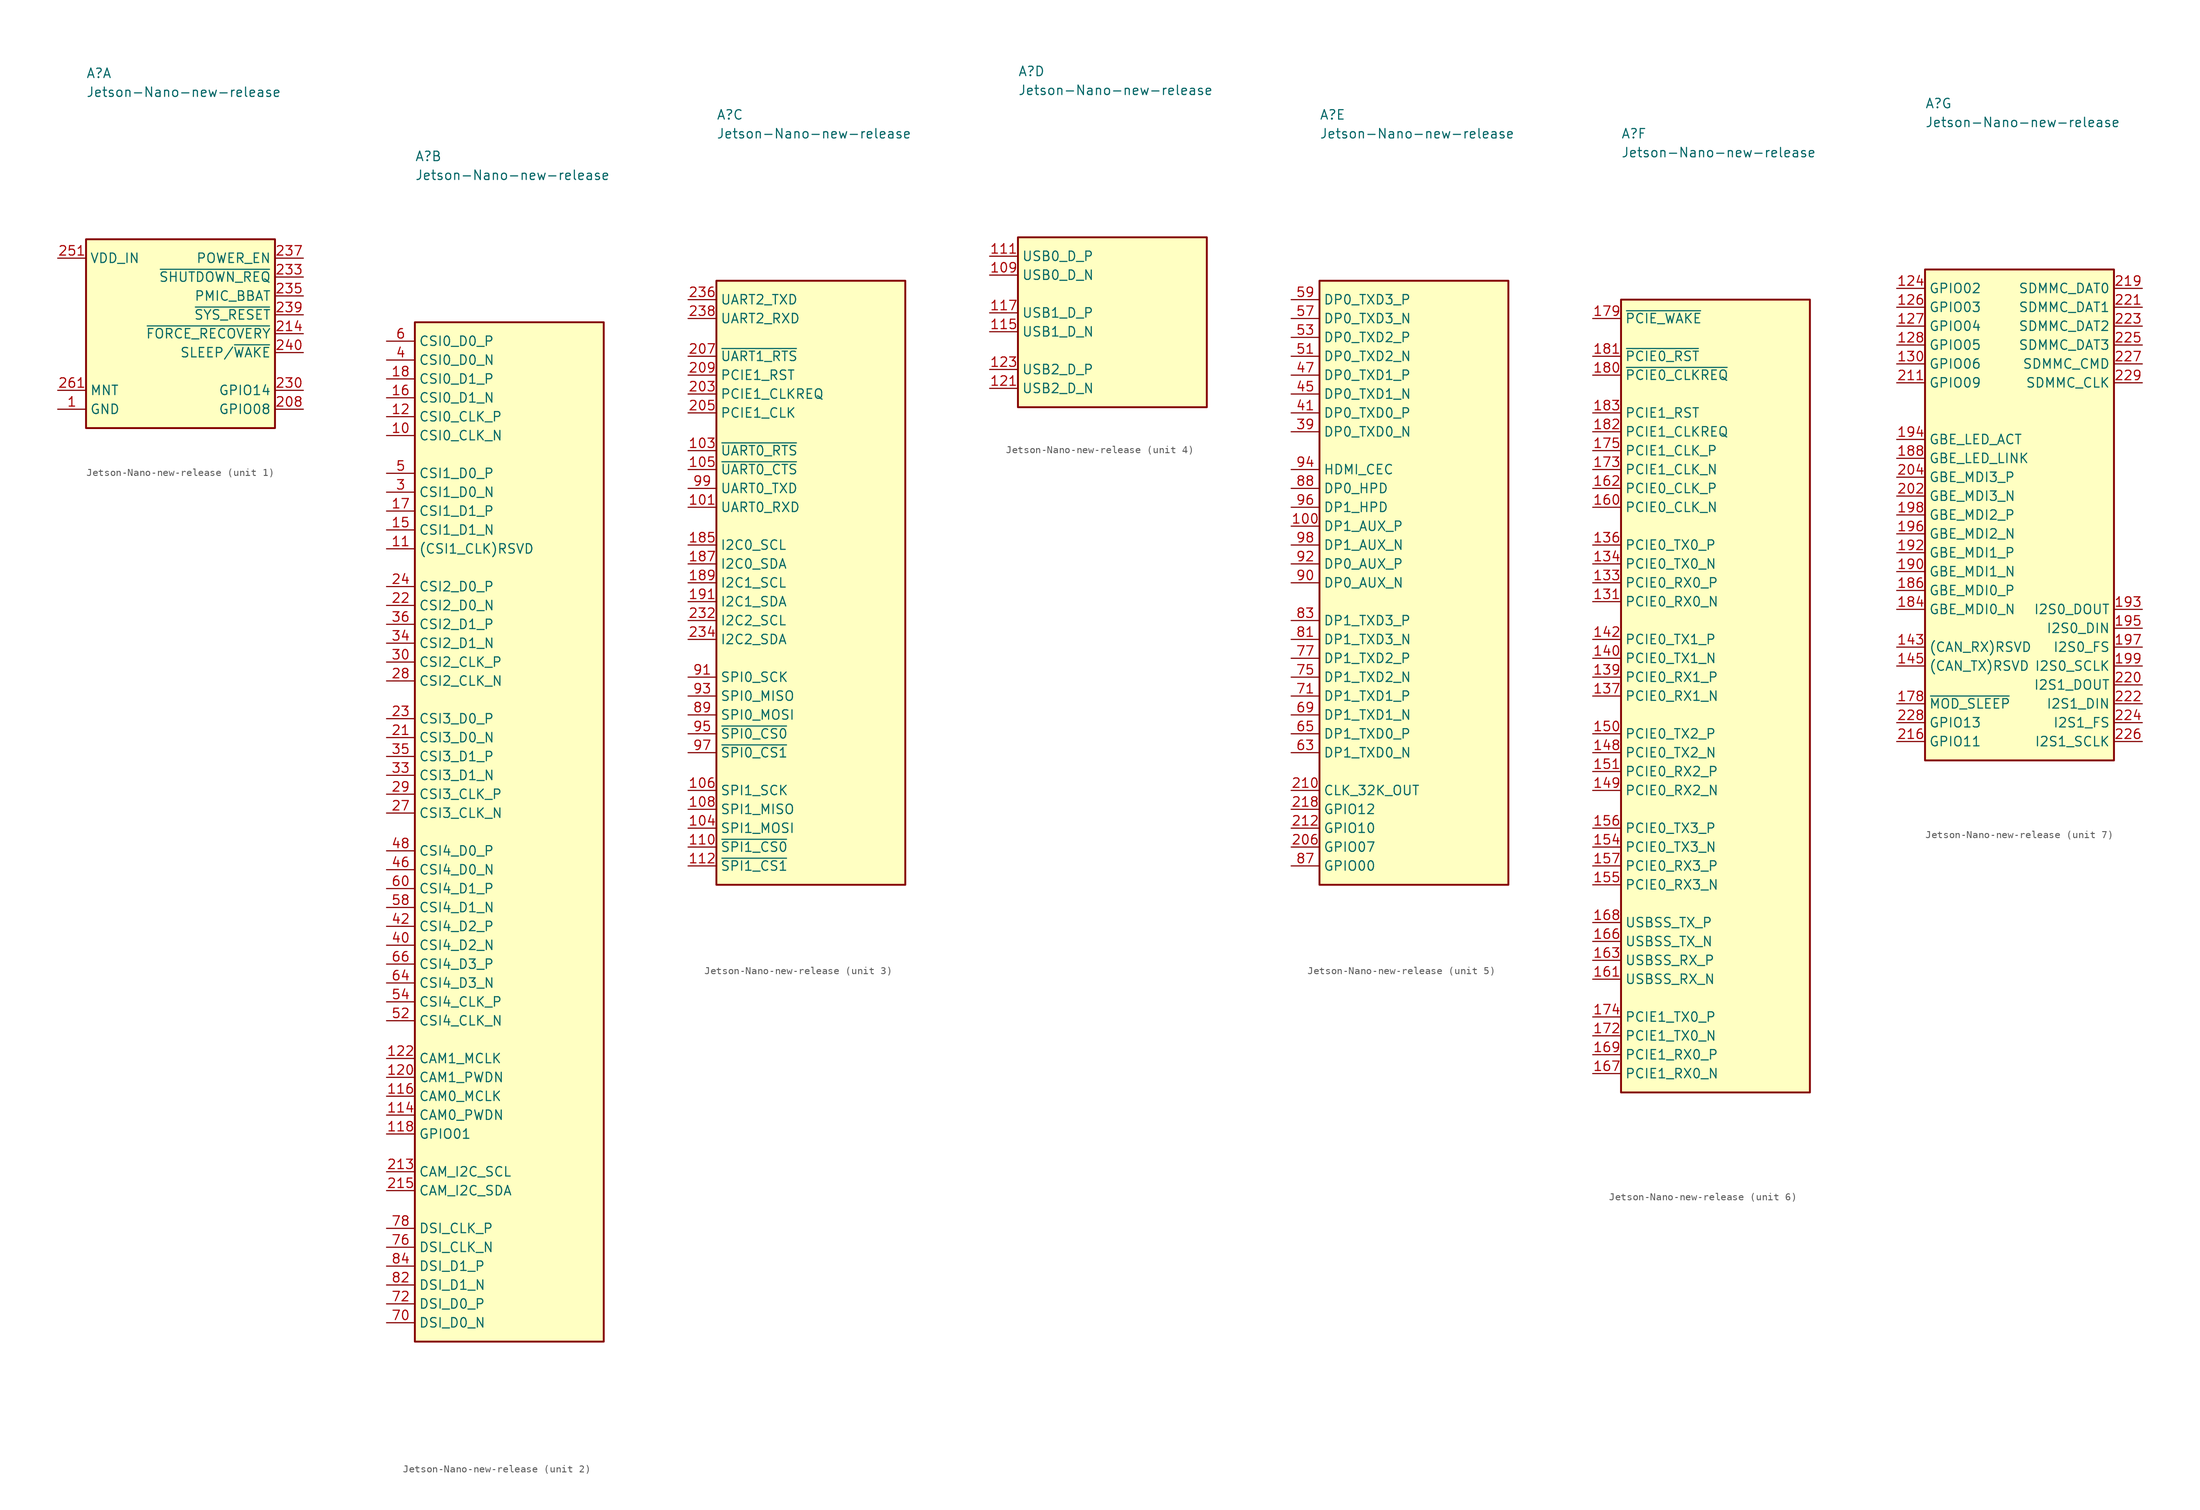
<source format=kicad_sym>
(kicad_symbol_lib
  (version 20211014)
  (generator kicad_symbol_editor)
  (symbol "Jetson-Nano-new-release"
    (property "Reference" "A"
      (at 3.81 24.13 0)
      (effects (font (size 1.27 1.27) (thickness 0.15)) (justify left bottom)))
    (property "Value" "Jetson-Nano-new-release"
      (at 3.81 21.59 0)
      (effects (font (size 1.27 1.27) (thickness 0.15)) (justify left bottom)))
    (property "ki_locked" ""
      (at 0 0 0)
      (effects (font (size 1.27 1.27))))
    (symbol "Jetson-Nano-new-release_1_1"
      (rectangle (start 3.81 2.54) (end 29.21 -22.86) (stroke (width 0.254) (type default) (color 0 0 0 0)) (fill (type background)))
      (pin passive line (at 0 -20.32 0) (length 3.81) (name "GND" (effects (font (size 1.27 1.27)))) (number "1" (effects (font (size 1.27 1.27)))))
      (pin passive line (at 0 -20.32 0) (length 3.81) hide (name "GND" (effects (font (size 1.27 1.27)))) (number "102" (effects (font (size 1.27 1.27)))))
      (pin passive line (at 0 -20.32 0) (length 3.81) hide (name "GND" (effects (font (size 1.27 1.27)))) (number "107" (effects (font (size 1.27 1.27)))))
      (pin passive line (at 0 -20.32 0) (length 3.81) hide (name "GND" (effects (font (size 1.27 1.27)))) (number "113" (effects (font (size 1.27 1.27)))))
      (pin passive line (at 0 -20.32 0) (length 3.81) hide (name "GND" (effects (font (size 1.27 1.27)))) (number "119" (effects (font (size 1.27 1.27)))))
      (pin passive line (at 0 -20.32 0) (length 3.81) hide (name "GND" (effects (font (size 1.27 1.27)))) (number "125" (effects (font (size 1.27 1.27)))))
      (pin passive line (at 0 -20.32 0) (length 3.81) hide (name "GND" (effects (font (size 1.27 1.27)))) (number "129" (effects (font (size 1.27 1.27)))))
      (pin passive line (at 0 -20.32 0) (length 3.81) hide (name "GND" (effects (font (size 1.27 1.27)))) (number "13" (effects (font (size 1.27 1.27)))))
      (pin passive line (at 0 -20.32 0) (length 3.81) hide (name "GND" (effects (font (size 1.27 1.27)))) (number "132" (effects (font (size 1.27 1.27)))))
      (pin passive line (at 0 -20.32 0) (length 3.81) hide (name "GND" (effects (font (size 1.27 1.27)))) (number "135" (effects (font (size 1.27 1.27)))))
      (pin passive line (at 0 -20.32 0) (length 3.81) hide (name "GND" (effects (font (size 1.27 1.27)))) (number "138" (effects (font (size 1.27 1.27)))))
      (pin passive line (at 0 -20.32 0) (length 3.81) hide (name "GND" (effects (font (size 1.27 1.27)))) (number "14" (effects (font (size 1.27 1.27)))))
      (pin passive line (at 0 -20.32 0) (length 3.81) hide (name "GND" (effects (font (size 1.27 1.27)))) (number "141" (effects (font (size 1.27 1.27)))))
      (pin passive line (at 0 -20.32 0) (length 3.81) hide (name "GND" (effects (font (size 1.27 1.27)))) (number "144" (effects (font (size 1.27 1.27)))))
      (pin passive line (at 0 -20.32 0) (length 3.81) hide (name "GND" (effects (font (size 1.27 1.27)))) (number "146" (effects (font (size 1.27 1.27)))))
      (pin passive line (at 0 -20.32 0) (length 3.81) hide (name "GND" (effects (font (size 1.27 1.27)))) (number "147" (effects (font (size 1.27 1.27)))))
      (pin passive line (at 0 -20.32 0) (length 3.81) hide (name "GND" (effects (font (size 1.27 1.27)))) (number "152" (effects (font (size 1.27 1.27)))))
      (pin passive line (at 0 -20.32 0) (length 3.81) hide (name "GND" (effects (font (size 1.27 1.27)))) (number "153" (effects (font (size 1.27 1.27)))))
      (pin passive line (at 0 -20.32 0) (length 3.81) hide (name "GND" (effects (font (size 1.27 1.27)))) (number "158" (effects (font (size 1.27 1.27)))))
      (pin passive line (at 0 -20.32 0) (length 3.81) hide (name "GND" (effects (font (size 1.27 1.27)))) (number "159" (effects (font (size 1.27 1.27)))))
      (pin passive line (at 0 -20.32 0) (length 3.81) hide (name "GND" (effects (font (size 1.27 1.27)))) (number "164" (effects (font (size 1.27 1.27)))))
      (pin passive line (at 0 -20.32 0) (length 3.81) hide (name "GND" (effects (font (size 1.27 1.27)))) (number "165" (effects (font (size 1.27 1.27)))))
      (pin passive line (at 0 -20.32 0) (length 3.81) hide (name "GND" (effects (font (size 1.27 1.27)))) (number "170" (effects (font (size 1.27 1.27)))))
      (pin passive line (at 0 -20.32 0) (length 3.81) hide (name "GND" (effects (font (size 1.27 1.27)))) (number "171" (effects (font (size 1.27 1.27)))))
      (pin passive line (at 0 -20.32 0) (length 3.81) hide (name "GND" (effects (font (size 1.27 1.27)))) (number "176" (effects (font (size 1.27 1.27)))))
      (pin passive line (at 0 -20.32 0) (length 3.81) hide (name "GND" (effects (font (size 1.27 1.27)))) (number "177" (effects (font (size 1.27 1.27)))))
      (pin passive line (at 0 -20.32 0) (length 3.81) hide (name "GND" (effects (font (size 1.27 1.27)))) (number "19" (effects (font (size 1.27 1.27)))))
      (pin passive line (at 0 -20.32 0) (length 3.81) hide (name "GND" (effects (font (size 1.27 1.27)))) (number "2" (effects (font (size 1.27 1.27)))))
      (pin passive line (at 0 -20.32 0) (length 3.81) hide (name "GND" (effects (font (size 1.27 1.27)))) (number "20" (effects (font (size 1.27 1.27)))))
      (pin passive line (at 0 -20.32 0) (length 3.81) hide (name "GND" (effects (font (size 1.27 1.27)))) (number "200" (effects (font (size 1.27 1.27)))))
      (pin passive line (at 0 -20.32 0) (length 3.81) hide (name "GND" (effects (font (size 1.27 1.27)))) (number "201" (effects (font (size 1.27 1.27)))))
      (pin passive line (at 33.02 -20.32 180) (length 3.81) (name "GPIO08" (effects (font (size 1.27 1.27)))) (number "208" (effects (font (size 1.27 1.27)))))
      (pin passive line (at 33.02 -10.16 180) (length 3.81) (name "~{FORCE_RECOVERY}" (effects (font (size 1.27 1.27)))) (number "214" (effects (font (size 1.27 1.27)))))
      (pin passive line (at 0 -20.32 0) (length 3.81) hide (name "GND" (effects (font (size 1.27 1.27)))) (number "217" (effects (font (size 1.27 1.27)))))
      (pin passive line (at 33.02 -17.78 180) (length 3.81) (name "GPIO14" (effects (font (size 1.27 1.27)))) (number "230" (effects (font (size 1.27 1.27)))))
      (pin passive line (at 0 -20.32 0) (length 3.81) hide (name "GND" (effects (font (size 1.27 1.27)))) (number "231" (effects (font (size 1.27 1.27)))))
      (pin passive line (at 33.02 -2.54 180) (length 3.81) (name "~{SHUTDOWN_REQ}" (effects (font (size 1.27 1.27)))) (number "233" (effects (font (size 1.27 1.27)))))
      (pin passive line (at 33.02 -5.08 180) (length 3.81) (name "PMIC_BBAT" (effects (font (size 1.27 1.27)))) (number "235" (effects (font (size 1.27 1.27)))))
      (pin passive line (at 33.02 0 180) (length 3.81) (name "POWER_EN" (effects (font (size 1.27 1.27)))) (number "237" (effects (font (size 1.27 1.27)))))
      (pin passive line (at 33.02 -7.62 180) (length 3.81) (name "~{SYS_RESET}" (effects (font (size 1.27 1.27)))) (number "239" (effects (font (size 1.27 1.27)))))
      (pin passive line (at 33.02 -12.7 180) (length 3.81) (name "SLEEP/~{WAKE}" (effects (font (size 1.27 1.27)))) (number "240" (effects (font (size 1.27 1.27)))))
      (pin passive line (at 0 -20.32 0) (length 3.81) hide (name "GND" (effects (font (size 1.27 1.27)))) (number "241" (effects (font (size 1.27 1.27)))))
      (pin passive line (at 0 -20.32 0) (length 3.81) hide (name "GND" (effects (font (size 1.27 1.27)))) (number "242" (effects (font (size 1.27 1.27)))))
      (pin passive line (at 0 -20.32 0) (length 3.81) hide (name "GND" (effects (font (size 1.27 1.27)))) (number "243" (effects (font (size 1.27 1.27)))))
      (pin passive line (at 0 -20.32 0) (length 3.81) hide (name "GND" (effects (font (size 1.27 1.27)))) (number "244" (effects (font (size 1.27 1.27)))))
      (pin passive line (at 0 -20.32 0) (length 3.81) hide (name "GND" (effects (font (size 1.27 1.27)))) (number "245" (effects (font (size 1.27 1.27)))))
      (pin passive line (at 0 -20.32 0) (length 3.81) hide (name "GND" (effects (font (size 1.27 1.27)))) (number "246" (effects (font (size 1.27 1.27)))))
      (pin passive line (at 0 -20.32 0) (length 3.81) hide (name "GND" (effects (font (size 1.27 1.27)))) (number "247" (effects (font (size 1.27 1.27)))))
      (pin passive line (at 0 -20.32 0) (length 3.81) hide (name "GND" (effects (font (size 1.27 1.27)))) (number "248" (effects (font (size 1.27 1.27)))))
      (pin passive line (at 0 -20.32 0) (length 3.81) hide (name "GND" (effects (font (size 1.27 1.27)))) (number "249" (effects (font (size 1.27 1.27)))))
      (pin passive line (at 0 -20.32 0) (length 3.81) hide (name "GND" (effects (font (size 1.27 1.27)))) (number "25" (effects (font (size 1.27 1.27)))))
      (pin passive line (at 0 -20.32 0) (length 3.81) hide (name "GND" (effects (font (size 1.27 1.27)))) (number "250" (effects (font (size 1.27 1.27)))))
      (pin passive line (at 0 0 0) (length 3.81) (name "VDD_IN" (effects (font (size 1.27 1.27)))) (number "251" (effects (font (size 1.27 1.27)))))
      (pin passive line (at 0 0 0) (length 3.81) hide (name "VDD_IN" (effects (font (size 1.27 1.27)))) (number "252" (effects (font (size 1.27 1.27)))))
      (pin passive line (at 0 0 0) (length 3.81) hide (name "VDD_IN" (effects (font (size 1.27 1.27)))) (number "253" (effects (font (size 1.27 1.27)))))
      (pin passive line (at 0 0 0) (length 3.81) hide (name "VDD_IN" (effects (font (size 1.27 1.27)))) (number "254" (effects (font (size 1.27 1.27)))))
      (pin passive line (at 0 0 0) (length 3.81) hide (name "VDD_IN" (effects (font (size 1.27 1.27)))) (number "255" (effects (font (size 1.27 1.27)))))
      (pin passive line (at 0 0 0) (length 3.81) hide (name "VDD_IN" (effects (font (size 1.27 1.27)))) (number "256" (effects (font (size 1.27 1.27)))))
      (pin passive line (at 0 0 0) (length 3.81) hide (name "VDD_IN" (effects (font (size 1.27 1.27)))) (number "257" (effects (font (size 1.27 1.27)))))
      (pin passive line (at 0 0 0) (length 3.81) hide (name "VDD_IN" (effects (font (size 1.27 1.27)))) (number "258" (effects (font (size 1.27 1.27)))))
      (pin passive line (at 0 0 0) (length 3.81) hide (name "VDD_IN" (effects (font (size 1.27 1.27)))) (number "259" (effects (font (size 1.27 1.27)))))
      (pin passive line (at 0 -20.32 0) (length 3.81) hide (name "GND" (effects (font (size 1.27 1.27)))) (number "26" (effects (font (size 1.27 1.27)))))
      (pin passive line (at 0 0 0) (length 3.81) hide (name "VDD_IN" (effects (font (size 1.27 1.27)))) (number "260" (effects (font (size 1.27 1.27)))))
      (pin passive line (at 0 -17.78 0) (length 3.81) (name "MNT" (effects (font (size 1.27 1.27)))) (number "261" (effects (font (size 1.27 1.27)))))
      (pin passive line (at 0 -17.78 0) (length 3.81) hide (name "MNT" (effects (font (size 1.27 1.27)))) (number "262" (effects (font (size 1.27 1.27)))))
      (pin passive line (at 0 -20.32 0) (length 3.81) hide (name "GND" (effects (font (size 1.27 1.27)))) (number "31" (effects (font (size 1.27 1.27)))))
      (pin passive line (at 0 -20.32 0) (length 3.81) hide (name "GND" (effects (font (size 1.27 1.27)))) (number "32" (effects (font (size 1.27 1.27)))))
      (pin passive line (at 0 -20.32 0) (length 3.81) hide (name "GND" (effects (font (size 1.27 1.27)))) (number "37" (effects (font (size 1.27 1.27)))))
      (pin passive line (at 0 -20.32 0) (length 3.81) hide (name "GND" (effects (font (size 1.27 1.27)))) (number "38" (effects (font (size 1.27 1.27)))))
      (pin passive line (at 0 -20.32 0) (length 3.81) hide (name "GND" (effects (font (size 1.27 1.27)))) (number "43" (effects (font (size 1.27 1.27)))))
      (pin passive line (at 0 -20.32 0) (length 3.81) hide (name "GND" (effects (font (size 1.27 1.27)))) (number "44" (effects (font (size 1.27 1.27)))))
      (pin passive line (at 0 -20.32 0) (length 3.81) hide (name "GND" (effects (font (size 1.27 1.27)))) (number "49" (effects (font (size 1.27 1.27)))))
      (pin passive line (at 0 -20.32 0) (length 3.81) hide (name "GND" (effects (font (size 1.27 1.27)))) (number "50" (effects (font (size 1.27 1.27)))))
      (pin passive line (at 0 -20.32 0) (length 3.81) hide (name "GND" (effects (font (size 1.27 1.27)))) (number "55" (effects (font (size 1.27 1.27)))))
      (pin passive line (at 0 -20.32 0) (length 3.81) hide (name "GND" (effects (font (size 1.27 1.27)))) (number "56" (effects (font (size 1.27 1.27)))))
      (pin passive line (at 0 -20.32 0) (length 3.81) hide (name "GND" (effects (font (size 1.27 1.27)))) (number "61" (effects (font (size 1.27 1.27)))))
      (pin passive line (at 0 -20.32 0) (length 3.81) hide (name "GND" (effects (font (size 1.27 1.27)))) (number "62" (effects (font (size 1.27 1.27)))))
      (pin passive line (at 0 -20.32 0) (length 3.81) hide (name "GND" (effects (font (size 1.27 1.27)))) (number "67" (effects (font (size 1.27 1.27)))))
      (pin passive line (at 0 -20.32 0) (length 3.81) hide (name "GND" (effects (font (size 1.27 1.27)))) (number "68" (effects (font (size 1.27 1.27)))))
      (pin passive line (at 0 -20.32 0) (length 3.81) hide (name "GND" (effects (font (size 1.27 1.27)))) (number "7" (effects (font (size 1.27 1.27)))))
      (pin passive line (at 0 -20.32 0) (length 3.81) hide (name "GND" (effects (font (size 1.27 1.27)))) (number "73" (effects (font (size 1.27 1.27)))))
      (pin passive line (at 0 -20.32 0) (length 3.81) hide (name "GND" (effects (font (size 1.27 1.27)))) (number "74" (effects (font (size 1.27 1.27)))))
      (pin passive line (at 0 -20.32 0) (length 3.81) hide (name "GND" (effects (font (size 1.27 1.27)))) (number "79" (effects (font (size 1.27 1.27)))))
      (pin passive line (at 0 -20.32 0) (length 3.81) hide (name "GND" (effects (font (size 1.27 1.27)))) (number "8" (effects (font (size 1.27 1.27)))))
      (pin passive line (at 0 -20.32 0) (length 3.81) hide (name "GND" (effects (font (size 1.27 1.27)))) (number "80" (effects (font (size 1.27 1.27)))))
      (pin passive line (at 0 -20.32 0) (length 3.81) hide (name "GND" (effects (font (size 1.27 1.27)))) (number "85" (effects (font (size 1.27 1.27)))))
      (pin passive line (at 0 -20.32 0) (length 3.81) hide (name "GND" (effects (font (size 1.27 1.27)))) (number "86" (effects (font (size 1.27 1.27))))))
    (symbol "Jetson-Nano-new-release_2_1"
      (rectangle (start 3.81 2.54) (end 29.21 -134.62) (stroke (width 0.254) (type default) (color 0 0 0 0)) (fill (type background)))
      (pin passive line (at 0 -12.7 0) (length 3.81) (name "CSI0_CLK_N" (effects (font (size 1.27 1.27)))) (number "10" (effects (font (size 1.27 1.27)))))
      (pin passive line (at 0 -27.94 0) (length 3.81) (name "(CSI1_CLK)RSVD" (effects (font (size 1.27 1.27)))) (number "11" (effects (font (size 1.27 1.27)))))
      (pin passive line (at 0 -104.14 0) (length 3.81) (name "CAM0_PWDN" (effects (font (size 1.27 1.27)))) (number "114" (effects (font (size 1.27 1.27)))))
      (pin passive line (at 0 -101.6 0) (length 3.81) (name "CAM0_MCLK" (effects (font (size 1.27 1.27)))) (number "116" (effects (font (size 1.27 1.27)))))
      (pin passive line (at 0 -106.68 0) (length 3.81) (name "GPIO01" (effects (font (size 1.27 1.27)))) (number "118" (effects (font (size 1.27 1.27)))))
      (pin passive line (at 0 -10.16 0) (length 3.81) (name "CSI0_CLK_P" (effects (font (size 1.27 1.27)))) (number "12" (effects (font (size 1.27 1.27)))))
      (pin passive line (at 0 -99.06 0) (length 3.81) (name "CAM1_PWDN" (effects (font (size 1.27 1.27)))) (number "120" (effects (font (size 1.27 1.27)))))
      (pin passive line (at 0 -96.52 0) (length 3.81) (name "CAM1_MCLK" (effects (font (size 1.27 1.27)))) (number "122" (effects (font (size 1.27 1.27)))))
      (pin passive line (at 0 -25.4 0) (length 3.81) (name "CSI1_D1_N" (effects (font (size 1.27 1.27)))) (number "15" (effects (font (size 1.27 1.27)))))
      (pin passive line (at 0 -7.62 0) (length 3.81) (name "CSI0_D1_N" (effects (font (size 1.27 1.27)))) (number "16" (effects (font (size 1.27 1.27)))))
      (pin passive line (at 0 -22.86 0) (length 3.81) (name "CSI1_D1_P" (effects (font (size 1.27 1.27)))) (number "17" (effects (font (size 1.27 1.27)))))
      (pin passive line (at 0 -5.08 0) (length 3.81) (name "CSI0_D1_P" (effects (font (size 1.27 1.27)))) (number "18" (effects (font (size 1.27 1.27)))))
      (pin passive line (at 0 -53.34 0) (length 3.81) (name "CSI3_D0_N" (effects (font (size 1.27 1.27)))) (number "21" (effects (font (size 1.27 1.27)))))
      (pin passive line (at 0 -111.76 0) (length 3.81) (name "CAM_I2C_SCL" (effects (font (size 1.27 1.27)))) (number "213" (effects (font (size 1.27 1.27)))))
      (pin passive line (at 0 -114.3 0) (length 3.81) (name "CAM_I2C_SDA" (effects (font (size 1.27 1.27)))) (number "215" (effects (font (size 1.27 1.27)))))
      (pin passive line (at 0 -35.56 0) (length 3.81) (name "CSI2_D0_N" (effects (font (size 1.27 1.27)))) (number "22" (effects (font (size 1.27 1.27)))))
      (pin passive line (at 0 -50.8 0) (length 3.81) (name "CSI3_D0_P" (effects (font (size 1.27 1.27)))) (number "23" (effects (font (size 1.27 1.27)))))
      (pin passive line (at 0 -33.02 0) (length 3.81) (name "CSI2_D0_P" (effects (font (size 1.27 1.27)))) (number "24" (effects (font (size 1.27 1.27)))))
      (pin passive line (at 0 -63.5 0) (length 3.81) (name "CSI3_CLK_N" (effects (font (size 1.27 1.27)))) (number "27" (effects (font (size 1.27 1.27)))))
      (pin passive line (at 0 -45.72 0) (length 3.81) (name "CSI2_CLK_N" (effects (font (size 1.27 1.27)))) (number "28" (effects (font (size 1.27 1.27)))))
      (pin passive line (at 0 -60.96 0) (length 3.81) (name "CSI3_CLK_P" (effects (font (size 1.27 1.27)))) (number "29" (effects (font (size 1.27 1.27)))))
      (pin passive line (at 0 -20.32 0) (length 3.81) (name "CSI1_D0_N" (effects (font (size 1.27 1.27)))) (number "3" (effects (font (size 1.27 1.27)))))
      (pin passive line (at 0 -43.18 0) (length 3.81) (name "CSI2_CLK_P" (effects (font (size 1.27 1.27)))) (number "30" (effects (font (size 1.27 1.27)))))
      (pin passive line (at 0 -58.42 0) (length 3.81) (name "CSI3_D1_N" (effects (font (size 1.27 1.27)))) (number "33" (effects (font (size 1.27 1.27)))))
      (pin passive line (at 0 -40.64 0) (length 3.81) (name "CSI2_D1_N" (effects (font (size 1.27 1.27)))) (number "34" (effects (font (size 1.27 1.27)))))
      (pin passive line (at 0 -55.88 0) (length 3.81) (name "CSI3_D1_P" (effects (font (size 1.27 1.27)))) (number "35" (effects (font (size 1.27 1.27)))))
      (pin passive line (at 0 -38.1 0) (length 3.81) (name "CSI2_D1_P" (effects (font (size 1.27 1.27)))) (number "36" (effects (font (size 1.27 1.27)))))
      (pin passive line (at 0 -2.54 0) (length 3.81) (name "CSI0_D0_N" (effects (font (size 1.27 1.27)))) (number "4" (effects (font (size 1.27 1.27)))))
      (pin passive line (at 0 -81.28 0) (length 3.81) (name "CSI4_D2_N" (effects (font (size 1.27 1.27)))) (number "40" (effects (font (size 1.27 1.27)))))
      (pin passive line (at 0 -78.74 0) (length 3.81) (name "CSI4_D2_P" (effects (font (size 1.27 1.27)))) (number "42" (effects (font (size 1.27 1.27)))))
      (pin passive line (at 0 -71.12 0) (length 3.81) (name "CSI4_D0_N" (effects (font (size 1.27 1.27)))) (number "46" (effects (font (size 1.27 1.27)))))
      (pin passive line (at 0 -68.58 0) (length 3.81) (name "CSI4_D0_P" (effects (font (size 1.27 1.27)))) (number "48" (effects (font (size 1.27 1.27)))))
      (pin passive line (at 0 -17.78 0) (length 3.81) (name "CSI1_D0_P" (effects (font (size 1.27 1.27)))) (number "5" (effects (font (size 1.27 1.27)))))
      (pin passive line (at 0 -91.44 0) (length 3.81) (name "CSI4_CLK_N" (effects (font (size 1.27 1.27)))) (number "52" (effects (font (size 1.27 1.27)))))
      (pin passive line (at 0 -88.9 0) (length 3.81) (name "CSI4_CLK_P" (effects (font (size 1.27 1.27)))) (number "54" (effects (font (size 1.27 1.27)))))
      (pin passive line (at 0 -76.2 0) (length 3.81) (name "CSI4_D1_N" (effects (font (size 1.27 1.27)))) (number "58" (effects (font (size 1.27 1.27)))))
      (pin passive line (at 0 0 0) (length 3.81) (name "CSI0_D0_P" (effects (font (size 1.27 1.27)))) (number "6" (effects (font (size 1.27 1.27)))))
      (pin passive line (at 0 -73.66 0) (length 3.81) (name "CSI4_D1_P" (effects (font (size 1.27 1.27)))) (number "60" (effects (font (size 1.27 1.27)))))
      (pin passive line (at 0 -86.36 0) (length 3.81) (name "CSI4_D3_N" (effects (font (size 1.27 1.27)))) (number "64" (effects (font (size 1.27 1.27)))))
      (pin passive line (at 0 -83.82 0) (length 3.81) (name "CSI4_D3_P" (effects (font (size 1.27 1.27)))) (number "66" (effects (font (size 1.27 1.27)))))
      (pin passive line (at 0 -132.08 0) (length 3.81) (name "DSI_D0_N" (effects (font (size 1.27 1.27)))) (number "70" (effects (font (size 1.27 1.27)))))
      (pin passive line (at 0 -129.54 0) (length 3.81) (name "DSI_D0_P" (effects (font (size 1.27 1.27)))) (number "72" (effects (font (size 1.27 1.27)))))
      (pin passive line (at 0 -121.92 0) (length 3.81) (name "DSI_CLK_N" (effects (font (size 1.27 1.27)))) (number "76" (effects (font (size 1.27 1.27)))))
      (pin passive line (at 0 -119.38 0) (length 3.81) (name "DSI_CLK_P" (effects (font (size 1.27 1.27)))) (number "78" (effects (font (size 1.27 1.27)))))
      (pin passive line (at 0 -127 0) (length 3.81) (name "DSI_D1_N" (effects (font (size 1.27 1.27)))) (number "82" (effects (font (size 1.27 1.27)))))
      (pin passive line (at 0 -124.46 0) (length 3.81) (name "DSI_D1_P" (effects (font (size 1.27 1.27)))) (number "84" (effects (font (size 1.27 1.27)))))
      (pin passive line (at 0 -27.94 0) (length 3.81) hide (name "(CSI1_CLK)RSVD" (effects (font (size 1.27 1.27)))) (number "9" (effects (font (size 1.27 1.27))))))
    (symbol "Jetson-Nano-new-release_3_1"
      (rectangle (start 3.81 2.54) (end 29.21 -78.74) (stroke (width 0.254) (type default) (color 0 0 0 0)) (fill (type background)))
      (pin passive line (at 0 -27.94 0) (length 3.81) (name "UART0_RXD" (effects (font (size 1.27 1.27)))) (number "101" (effects (font (size 1.27 1.27)))))
      (pin passive line (at 0 -20.32 0) (length 3.81) (name "~{UART0_RTS}" (effects (font (size 1.27 1.27)))) (number "103" (effects (font (size 1.27 1.27)))))
      (pin passive line (at 0 -71.12 0) (length 3.81) (name "SPI1_MOSI" (effects (font (size 1.27 1.27)))) (number "104" (effects (font (size 1.27 1.27)))))
      (pin passive line (at 0 -22.86 0) (length 3.81) (name "~{UART0_CTS}" (effects (font (size 1.27 1.27)))) (number "105" (effects (font (size 1.27 1.27)))))
      (pin passive line (at 0 -66.04 0) (length 3.81) (name "SPI1_SCK" (effects (font (size 1.27 1.27)))) (number "106" (effects (font (size 1.27 1.27)))))
      (pin passive line (at 0 -68.58 0) (length 3.81) (name "SPI1_MISO" (effects (font (size 1.27 1.27)))) (number "108" (effects (font (size 1.27 1.27)))))
      (pin passive line (at 0 -73.66 0) (length 3.81) (name "~{SPI1_CS0}" (effects (font (size 1.27 1.27)))) (number "110" (effects (font (size 1.27 1.27)))))
      (pin passive line (at 0 -76.2 0) (length 3.81) (name "~{SPI1_CS1}" (effects (font (size 1.27 1.27)))) (number "112" (effects (font (size 1.27 1.27)))))
      (pin passive line (at 0 -33.02 0) (length 3.81) (name "I2C0_SCL" (effects (font (size 1.27 1.27)))) (number "185" (effects (font (size 1.27 1.27)))))
      (pin passive line (at 0 -35.56 0) (length 3.81) (name "I2C0_SDA" (effects (font (size 1.27 1.27)))) (number "187" (effects (font (size 1.27 1.27)))))
      (pin passive line (at 0 -38.1 0) (length 3.81) (name "I2C1_SCL" (effects (font (size 1.27 1.27)))) (number "189" (effects (font (size 1.27 1.27)))))
      (pin passive line (at 0 -40.64 0) (length 3.81) (name "I2C1_SDA" (effects (font (size 1.27 1.27)))) (number "191" (effects (font (size 1.27 1.27)))))
      (pin passive line (at 0 -12.7 0) (length 3.81) (name "PCIE1_CLKREQ" (effects (font (size 1.27 1.27)))) (number "203" (effects (font (size 1.27 1.27)))))
      (pin passive line (at 0 -15.24 0) (length 3.81) (name "PCIE1_CLK" (effects (font (size 1.27 1.27)))) (number "205" (effects (font (size 1.27 1.27)))))
      (pin passive line (at 0 -7.62 0) (length 3.81) (name "~{UART1_RTS}" (effects (font (size 1.27 1.27)))) (number "207" (effects (font (size 1.27 1.27)))))
      (pin passive line (at 0 -10.16 0) (length 3.81) (name "PCIE1_RST" (effects (font (size 1.27 1.27)))) (number "209" (effects (font (size 1.27 1.27)))))
      (pin passive line (at 0 -43.18 0) (length 3.81) (name "I2C2_SCL" (effects (font (size 1.27 1.27)))) (number "232" (effects (font (size 1.27 1.27)))))
      (pin passive line (at 0 -45.72 0) (length 3.81) (name "I2C2_SDA" (effects (font (size 1.27 1.27)))) (number "234" (effects (font (size 1.27 1.27)))))
      (pin passive line (at 0 0 0) (length 3.81) (name "UART2_TXD" (effects (font (size 1.27 1.27)))) (number "236" (effects (font (size 1.27 1.27)))))
      (pin passive line (at 0 -2.54 0) (length 3.81) (name "UART2_RXD" (effects (font (size 1.27 1.27)))) (number "238" (effects (font (size 1.27 1.27)))))
      (pin passive line (at 0 -55.88 0) (length 3.81) (name "SPI0_MOSI" (effects (font (size 1.27 1.27)))) (number "89" (effects (font (size 1.27 1.27)))))
      (pin passive line (at 0 -50.8 0) (length 3.81) (name "SPI0_SCK" (effects (font (size 1.27 1.27)))) (number "91" (effects (font (size 1.27 1.27)))))
      (pin passive line (at 0 -53.34 0) (length 3.81) (name "SPI0_MISO" (effects (font (size 1.27 1.27)))) (number "93" (effects (font (size 1.27 1.27)))))
      (pin passive line (at 0 -58.42 0) (length 3.81) (name "~{SPI0_CS0}" (effects (font (size 1.27 1.27)))) (number "95" (effects (font (size 1.27 1.27)))))
      (pin passive line (at 0 -60.96 0) (length 3.81) (name "~{SPI0_CS1}" (effects (font (size 1.27 1.27)))) (number "97" (effects (font (size 1.27 1.27)))))
      (pin passive line (at 0 -25.4 0) (length 3.81) (name "UART0_TXD" (effects (font (size 1.27 1.27)))) (number "99" (effects (font (size 1.27 1.27))))))
    (symbol "Jetson-Nano-new-release_4_1"
      (rectangle (start 3.81 2.54) (end 29.21 -20.32) (stroke (width 0.254) (type default) (color 0 0 0 0)) (fill (type background)))
      (pin passive line (at 0 -2.54 0) (length 3.81) (name "USB0_D_N" (effects (font (size 1.27 1.27)))) (number "109" (effects (font (size 1.27 1.27)))))
      (pin passive line (at 0 0 0) (length 3.81) (name "USB0_D_P" (effects (font (size 1.27 1.27)))) (number "111" (effects (font (size 1.27 1.27)))))
      (pin passive line (at 0 -10.16 0) (length 3.81) (name "USB1_D_N" (effects (font (size 1.27 1.27)))) (number "115" (effects (font (size 1.27 1.27)))))
      (pin passive line (at 0 -7.62 0) (length 3.81) (name "USB1_D_P" (effects (font (size 1.27 1.27)))) (number "117" (effects (font (size 1.27 1.27)))))
      (pin passive line (at 0 -17.78 0) (length 3.81) (name "USB2_D_N" (effects (font (size 1.27 1.27)))) (number "121" (effects (font (size 1.27 1.27)))))
      (pin passive line (at 0 -15.24 0) (length 3.81) (name "USB2_D_P" (effects (font (size 1.27 1.27)))) (number "123" (effects (font (size 1.27 1.27))))))
    (symbol "Jetson-Nano-new-release_5_1"
      (rectangle (start 3.81 2.54) (end 29.21 -78.74) (stroke (width 0.254) (type default) (color 0 0 0 0)) (fill (type background)))
      (pin passive line (at 0 -30.48 0) (length 3.81) (name "DP1_AUX_P" (effects (font (size 1.27 1.27)))) (number "100" (effects (font (size 1.27 1.27)))))
      (pin passive line (at 0 -73.66 0) (length 3.81) (name "GPIO07" (effects (font (size 1.27 1.27)))) (number "206" (effects (font (size 1.27 1.27)))))
      (pin passive line (at 0 -66.04 0) (length 3.81) (name "CLK_32K_OUT" (effects (font (size 1.27 1.27)))) (number "210" (effects (font (size 1.27 1.27)))))
      (pin passive line (at 0 -71.12 0) (length 3.81) (name "GPIO10" (effects (font (size 1.27 1.27)))) (number "212" (effects (font (size 1.27 1.27)))))
      (pin passive line (at 0 -68.58 0) (length 3.81) (name "GPIO12" (effects (font (size 1.27 1.27)))) (number "218" (effects (font (size 1.27 1.27)))))
      (pin passive line (at 0 -17.78 0) (length 3.81) (name "DP0_TXD0_N" (effects (font (size 1.27 1.27)))) (number "39" (effects (font (size 1.27 1.27)))))
      (pin passive line (at 0 -15.24 0) (length 3.81) (name "DP0_TXD0_P" (effects (font (size 1.27 1.27)))) (number "41" (effects (font (size 1.27 1.27)))))
      (pin passive line (at 0 -12.7 0) (length 3.81) (name "DP0_TXD1_N" (effects (font (size 1.27 1.27)))) (number "45" (effects (font (size 1.27 1.27)))))
      (pin passive line (at 0 -10.16 0) (length 3.81) (name "DP0_TXD1_P" (effects (font (size 1.27 1.27)))) (number "47" (effects (font (size 1.27 1.27)))))
      (pin passive line (at 0 -7.62 0) (length 3.81) (name "DP0_TXD2_N" (effects (font (size 1.27 1.27)))) (number "51" (effects (font (size 1.27 1.27)))))
      (pin passive line (at 0 -5.08 0) (length 3.81) (name "DP0_TXD2_P" (effects (font (size 1.27 1.27)))) (number "53" (effects (font (size 1.27 1.27)))))
      (pin passive line (at 0 -2.54 0) (length 3.81) (name "DP0_TXD3_N" (effects (font (size 1.27 1.27)))) (number "57" (effects (font (size 1.27 1.27)))))
      (pin passive line (at 0 0 0) (length 3.81) (name "DP0_TXD3_P" (effects (font (size 1.27 1.27)))) (number "59" (effects (font (size 1.27 1.27)))))
      (pin passive line (at 0 -60.96 0) (length 3.81) (name "DP1_TXD0_N" (effects (font (size 1.27 1.27)))) (number "63" (effects (font (size 1.27 1.27)))))
      (pin passive line (at 0 -58.42 0) (length 3.81) (name "DP1_TXD0_P" (effects (font (size 1.27 1.27)))) (number "65" (effects (font (size 1.27 1.27)))))
      (pin passive line (at 0 -55.88 0) (length 3.81) (name "DP1_TXD1_N" (effects (font (size 1.27 1.27)))) (number "69" (effects (font (size 1.27 1.27)))))
      (pin passive line (at 0 -53.34 0) (length 3.81) (name "DP1_TXD1_P" (effects (font (size 1.27 1.27)))) (number "71" (effects (font (size 1.27 1.27)))))
      (pin passive line (at 0 -50.8 0) (length 3.81) (name "DP1_TXD2_N" (effects (font (size 1.27 1.27)))) (number "75" (effects (font (size 1.27 1.27)))))
      (pin passive line (at 0 -48.26 0) (length 3.81) (name "DP1_TXD2_P" (effects (font (size 1.27 1.27)))) (number "77" (effects (font (size 1.27 1.27)))))
      (pin passive line (at 0 -45.72 0) (length 3.81) (name "DP1_TXD3_N" (effects (font (size 1.27 1.27)))) (number "81" (effects (font (size 1.27 1.27)))))
      (pin passive line (at 0 -43.18 0) (length 3.81) (name "DP1_TXD3_P" (effects (font (size 1.27 1.27)))) (number "83" (effects (font (size 1.27 1.27)))))
      (pin passive line (at 0 -76.2 0) (length 3.81) (name "GPIO00" (effects (font (size 1.27 1.27)))) (number "87" (effects (font (size 1.27 1.27)))))
      (pin passive line (at 0 -25.4 0) (length 3.81) (name "DP0_HPD" (effects (font (size 1.27 1.27)))) (number "88" (effects (font (size 1.27 1.27)))))
      (pin passive line (at 0 -38.1 0) (length 3.81) (name "DP0_AUX_N" (effects (font (size 1.27 1.27)))) (number "90" (effects (font (size 1.27 1.27)))))
      (pin passive line (at 0 -35.56 0) (length 3.81) (name "DP0_AUX_P" (effects (font (size 1.27 1.27)))) (number "92" (effects (font (size 1.27 1.27)))))
      (pin passive line (at 0 -22.86 0) (length 3.81) (name "HDMI_CEC" (effects (font (size 1.27 1.27)))) (number "94" (effects (font (size 1.27 1.27)))))
      (pin passive line (at 0 -27.94 0) (length 3.81) (name "DP1_HPD" (effects (font (size 1.27 1.27)))) (number "96" (effects (font (size 1.27 1.27)))))
      (pin passive line (at 0 -33.02 0) (length 3.81) (name "DP1_AUX_N" (effects (font (size 1.27 1.27)))) (number "98" (effects (font (size 1.27 1.27))))))
    (symbol "Jetson-Nano-new-release_6_1"
      (rectangle (start 3.81 2.54) (end 29.21 -104.14) (stroke (width 0.254) (type default) (color 0 0 0 0)) (fill (type background)))
      (pin passive line (at 0 -38.1 0) (length 3.81) (name "PCIE0_RX0_N" (effects (font (size 1.27 1.27)))) (number "131" (effects (font (size 1.27 1.27)))))
      (pin passive line (at 0 -35.56 0) (length 3.81) (name "PCIE0_RX0_P" (effects (font (size 1.27 1.27)))) (number "133" (effects (font (size 1.27 1.27)))))
      (pin passive line (at 0 -33.02 0) (length 3.81) (name "PCIE0_TX0_N" (effects (font (size 1.27 1.27)))) (number "134" (effects (font (size 1.27 1.27)))))
      (pin passive line (at 0 -30.48 0) (length 3.81) (name "PCIE0_TX0_P" (effects (font (size 1.27 1.27)))) (number "136" (effects (font (size 1.27 1.27)))))
      (pin passive line (at 0 -50.8 0) (length 3.81) (name "PCIE0_RX1_N" (effects (font (size 1.27 1.27)))) (number "137" (effects (font (size 1.27 1.27)))))
      (pin passive line (at 0 -48.26 0) (length 3.81) (name "PCIE0_RX1_P" (effects (font (size 1.27 1.27)))) (number "139" (effects (font (size 1.27 1.27)))))
      (pin passive line (at 0 -45.72 0) (length 3.81) (name "PCIE0_TX1_N" (effects (font (size 1.27 1.27)))) (number "140" (effects (font (size 1.27 1.27)))))
      (pin passive line (at 0 -43.18 0) (length 3.81) (name "PCIE0_TX1_P" (effects (font (size 1.27 1.27)))) (number "142" (effects (font (size 1.27 1.27)))))
      (pin passive line (at 0 -58.42 0) (length 3.81) (name "PCIE0_TX2_N" (effects (font (size 1.27 1.27)))) (number "148" (effects (font (size 1.27 1.27)))))
      (pin passive line (at 0 -63.5 0) (length 3.81) (name "PCIE0_RX2_N" (effects (font (size 1.27 1.27)))) (number "149" (effects (font (size 1.27 1.27)))))
      (pin passive line (at 0 -55.88 0) (length 3.81) (name "PCIE0_TX2_P" (effects (font (size 1.27 1.27)))) (number "150" (effects (font (size 1.27 1.27)))))
      (pin passive line (at 0 -60.96 0) (length 3.81) (name "PCIE0_RX2_P" (effects (font (size 1.27 1.27)))) (number "151" (effects (font (size 1.27 1.27)))))
      (pin passive line (at 0 -71.12 0) (length 3.81) (name "PCIE0_TX3_N" (effects (font (size 1.27 1.27)))) (number "154" (effects (font (size 1.27 1.27)))))
      (pin passive line (at 0 -76.2 0) (length 3.81) (name "PCIE0_RX3_N" (effects (font (size 1.27 1.27)))) (number "155" (effects (font (size 1.27 1.27)))))
      (pin passive line (at 0 -68.58 0) (length 3.81) (name "PCIE0_TX3_P" (effects (font (size 1.27 1.27)))) (number "156" (effects (font (size 1.27 1.27)))))
      (pin passive line (at 0 -73.66 0) (length 3.81) (name "PCIE0_RX3_P" (effects (font (size 1.27 1.27)))) (number "157" (effects (font (size 1.27 1.27)))))
      (pin passive line (at 0 -25.4 0) (length 3.81) (name "PCIE0_CLK_N" (effects (font (size 1.27 1.27)))) (number "160" (effects (font (size 1.27 1.27)))))
      (pin passive line (at 0 -88.9 0) (length 3.81) (name "USBSS_RX_N" (effects (font (size 1.27 1.27)))) (number "161" (effects (font (size 1.27 1.27)))))
      (pin passive line (at 0 -22.86 0) (length 3.81) (name "PCIE0_CLK_P" (effects (font (size 1.27 1.27)))) (number "162" (effects (font (size 1.27 1.27)))))
      (pin passive line (at 0 -86.36 0) (length 3.81) (name "USBSS_RX_P" (effects (font (size 1.27 1.27)))) (number "163" (effects (font (size 1.27 1.27)))))
      (pin passive line (at 0 -83.82 0) (length 3.81) (name "USBSS_TX_N" (effects (font (size 1.27 1.27)))) (number "166" (effects (font (size 1.27 1.27)))))
      (pin passive line (at 0 -101.6 0) (length 3.81) (name "PCIE1_RX0_N" (effects (font (size 1.27 1.27)))) (number "167" (effects (font (size 1.27 1.27)))))
      (pin passive line (at 0 -81.28 0) (length 3.81) (name "USBSS_TX_P" (effects (font (size 1.27 1.27)))) (number "168" (effects (font (size 1.27 1.27)))))
      (pin passive line (at 0 -99.06 0) (length 3.81) (name "PCIE1_RX0_P" (effects (font (size 1.27 1.27)))) (number "169" (effects (font (size 1.27 1.27)))))
      (pin passive line (at 0 -96.52 0) (length 3.81) (name "PCIE1_TX0_N" (effects (font (size 1.27 1.27)))) (number "172" (effects (font (size 1.27 1.27)))))
      (pin passive line (at 0 -20.32 0) (length 3.81) (name "PCIE1_CLK_N" (effects (font (size 1.27 1.27)))) (number "173" (effects (font (size 1.27 1.27)))))
      (pin passive line (at 0 -93.98 0) (length 3.81) (name "PCIE1_TX0_P" (effects (font (size 1.27 1.27)))) (number "174" (effects (font (size 1.27 1.27)))))
      (pin passive line (at 0 -17.78 0) (length 3.81) (name "PCIE1_CLK_P" (effects (font (size 1.27 1.27)))) (number "175" (effects (font (size 1.27 1.27)))))
      (pin passive line (at 0 0 0) (length 3.81) (name "~{PCIE_WAKE}" (effects (font (size 1.27 1.27)))) (number "179" (effects (font (size 1.27 1.27)))))
      (pin passive line (at 0 -7.62 0) (length 3.81) (name "~{PCIE0_CLKREQ}" (effects (font (size 1.27 1.27)))) (number "180" (effects (font (size 1.27 1.27)))))
      (pin passive line (at 0 -5.08 0) (length 3.81) (name "~{PCIE0_RST}" (effects (font (size 1.27 1.27)))) (number "181" (effects (font (size 1.27 1.27)))))
      (pin passive line (at 0 -15.24 0) (length 3.81) (name "PCIE1_CLKREQ" (effects (font (size 1.27 1.27)))) (number "182" (effects (font (size 1.27 1.27)))))
      (pin passive line (at 0 -12.7 0) (length 3.81) (name "PCIE1_RST" (effects (font (size 1.27 1.27)))) (number "183" (effects (font (size 1.27 1.27))))))
    (symbol "Jetson-Nano-new-release_7_1"
      (rectangle (start 3.81 2.54) (end 29.21 -63.5) (stroke (width 0.254) (type default) (color 0 0 0 0)) (fill (type background)))
      (pin passive line (at 0 0 0) (length 3.81) (name "GPIO02" (effects (font (size 1.27 1.27)))) (number "124" (effects (font (size 1.27 1.27)))))
      (pin passive line (at 0 -2.54 0) (length 3.81) (name "GPIO03" (effects (font (size 1.27 1.27)))) (number "126" (effects (font (size 1.27 1.27)))))
      (pin passive line (at 0 -5.08 0) (length 3.81) (name "GPIO04" (effects (font (size 1.27 1.27)))) (number "127" (effects (font (size 1.27 1.27)))))
      (pin passive line (at 0 -7.62 0) (length 3.81) (name "GPIO05" (effects (font (size 1.27 1.27)))) (number "128" (effects (font (size 1.27 1.27)))))
      (pin passive line (at 0 -10.16 0) (length 3.81) (name "GPIO06" (effects (font (size 1.27 1.27)))) (number "130" (effects (font (size 1.27 1.27)))))
      (pin passive line (at 0 -48.26 0) (length 3.81) (name "(CAN_RX)RSVD" (effects (font (size 1.27 1.27)))) (number "143" (effects (font (size 1.27 1.27)))))
      (pin passive line (at 0 -50.8 0) (length 3.81) (name "(CAN_TX)RSVD" (effects (font (size 1.27 1.27)))) (number "145" (effects (font (size 1.27 1.27)))))
      (pin passive line (at 0 -55.88 0) (length 3.81) (name "~{MOD_SLEEP}" (effects (font (size 1.27 1.27)))) (number "178" (effects (font (size 1.27 1.27)))))
      (pin passive line (at 0 -43.18 0) (length 3.81) (name "GBE_MDI0_N" (effects (font (size 1.27 1.27)))) (number "184" (effects (font (size 1.27 1.27)))))
      (pin passive line (at 0 -40.64 0) (length 3.81) (name "GBE_MDI0_P" (effects (font (size 1.27 1.27)))) (number "186" (effects (font (size 1.27 1.27)))))
      (pin passive line (at 0 -22.86 0) (length 3.81) (name "GBE_LED_LINK" (effects (font (size 1.27 1.27)))) (number "188" (effects (font (size 1.27 1.27)))))
      (pin passive line (at 0 -38.1 0) (length 3.81) (name "GBE_MDI1_N" (effects (font (size 1.27 1.27)))) (number "190" (effects (font (size 1.27 1.27)))))
      (pin passive line (at 0 -35.56 0) (length 3.81) (name "GBE_MDI1_P" (effects (font (size 1.27 1.27)))) (number "192" (effects (font (size 1.27 1.27)))))
      (pin output line (at 33.02 -43.18 180) (length 3.81) (name "I2S0_DOUT" (effects (font (size 1.27 1.27)))) (number "193" (effects (font (size 1.27 1.27)))))
      (pin passive line (at 0 -20.32 0) (length 3.81) (name "GBE_LED_ACT" (effects (font (size 1.27 1.27)))) (number "194" (effects (font (size 1.27 1.27)))))
      (pin input line (at 33.02 -45.72 180) (length 3.81) (name "I2S0_DIN" (effects (font (size 1.27 1.27)))) (number "195" (effects (font (size 1.27 1.27)))))
      (pin passive line (at 0 -33.02 0) (length 3.81) (name "GBE_MDI2_N" (effects (font (size 1.27 1.27)))) (number "196" (effects (font (size 1.27 1.27)))))
      (pin bidirectional line (at 33.02 -48.26 180) (length 3.81) (name "I2S0_FS" (effects (font (size 1.27 1.27)))) (number "197" (effects (font (size 1.27 1.27)))))
      (pin passive line (at 0 -30.48 0) (length 3.81) (name "GBE_MDI2_P" (effects (font (size 1.27 1.27)))) (number "198" (effects (font (size 1.27 1.27)))))
      (pin bidirectional line (at 33.02 -50.8 180) (length 3.81) (name "I2S0_SCLK" (effects (font (size 1.27 1.27)))) (number "199" (effects (font (size 1.27 1.27)))))
      (pin passive line (at 0 -27.94 0) (length 3.81) (name "GBE_MDI3_N" (effects (font (size 1.27 1.27)))) (number "202" (effects (font (size 1.27 1.27)))))
      (pin passive line (at 0 -25.4 0) (length 3.81) (name "GBE_MDI3_P" (effects (font (size 1.27 1.27)))) (number "204" (effects (font (size 1.27 1.27)))))
      (pin passive line (at 0 -12.7 0) (length 3.81) (name "GPIO09" (effects (font (size 1.27 1.27)))) (number "211" (effects (font (size 1.27 1.27)))))
      (pin passive line (at 0 -60.96 0) (length 3.81) (name "GPIO11" (effects (font (size 1.27 1.27)))) (number "216" (effects (font (size 1.27 1.27)))))
      (pin bidirectional line (at 33.02 0 180) (length 3.81) (name "SDMMC_DAT0" (effects (font (size 1.27 1.27)))) (number "219" (effects (font (size 1.27 1.27)))))
      (pin output line (at 33.02 -53.34 180) (length 3.81) (name "I2S1_DOUT" (effects (font (size 1.27 1.27)))) (number "220" (effects (font (size 1.27 1.27)))))
      (pin bidirectional line (at 33.02 -2.54 180) (length 3.81) (name "SDMMC_DAT1" (effects (font (size 1.27 1.27)))) (number "221" (effects (font (size 1.27 1.27)))))
      (pin input line (at 33.02 -55.88 180) (length 3.81) (name "I2S1_DIN" (effects (font (size 1.27 1.27)))) (number "222" (effects (font (size 1.27 1.27)))))
      (pin bidirectional line (at 33.02 -5.08 180) (length 3.81) (name "SDMMC_DAT2" (effects (font (size 1.27 1.27)))) (number "223" (effects (font (size 1.27 1.27)))))
      (pin bidirectional line (at 33.02 -58.42 180) (length 3.81) (name "I2S1_FS" (effects (font (size 1.27 1.27)))) (number "224" (effects (font (size 1.27 1.27)))))
      (pin bidirectional line (at 33.02 -7.62 180) (length 3.81) (name "SDMMC_DAT3" (effects (font (size 1.27 1.27)))) (number "225" (effects (font (size 1.27 1.27)))))
      (pin bidirectional line (at 33.02 -60.96 180) (length 3.81) (name "I2S1_SCLK" (effects (font (size 1.27 1.27)))) (number "226" (effects (font (size 1.27 1.27)))))
      (pin bidirectional line (at 33.02 -10.16 180) (length 3.81) (name "SDMMC_CMD" (effects (font (size 1.27 1.27)))) (number "227" (effects (font (size 1.27 1.27)))))
      (pin passive line (at 0 -58.42 0) (length 3.81) (name "GPIO13" (effects (font (size 1.27 1.27)))) (number "228" (effects (font (size 1.27 1.27)))))
      (pin output line (at 33.02 -12.7 180) (length 3.81) (name "SDMMC_CLK" (effects (font (size 1.27 1.27)))) (number "229" (effects (font (size 1.27 1.27))))))))
</source>
